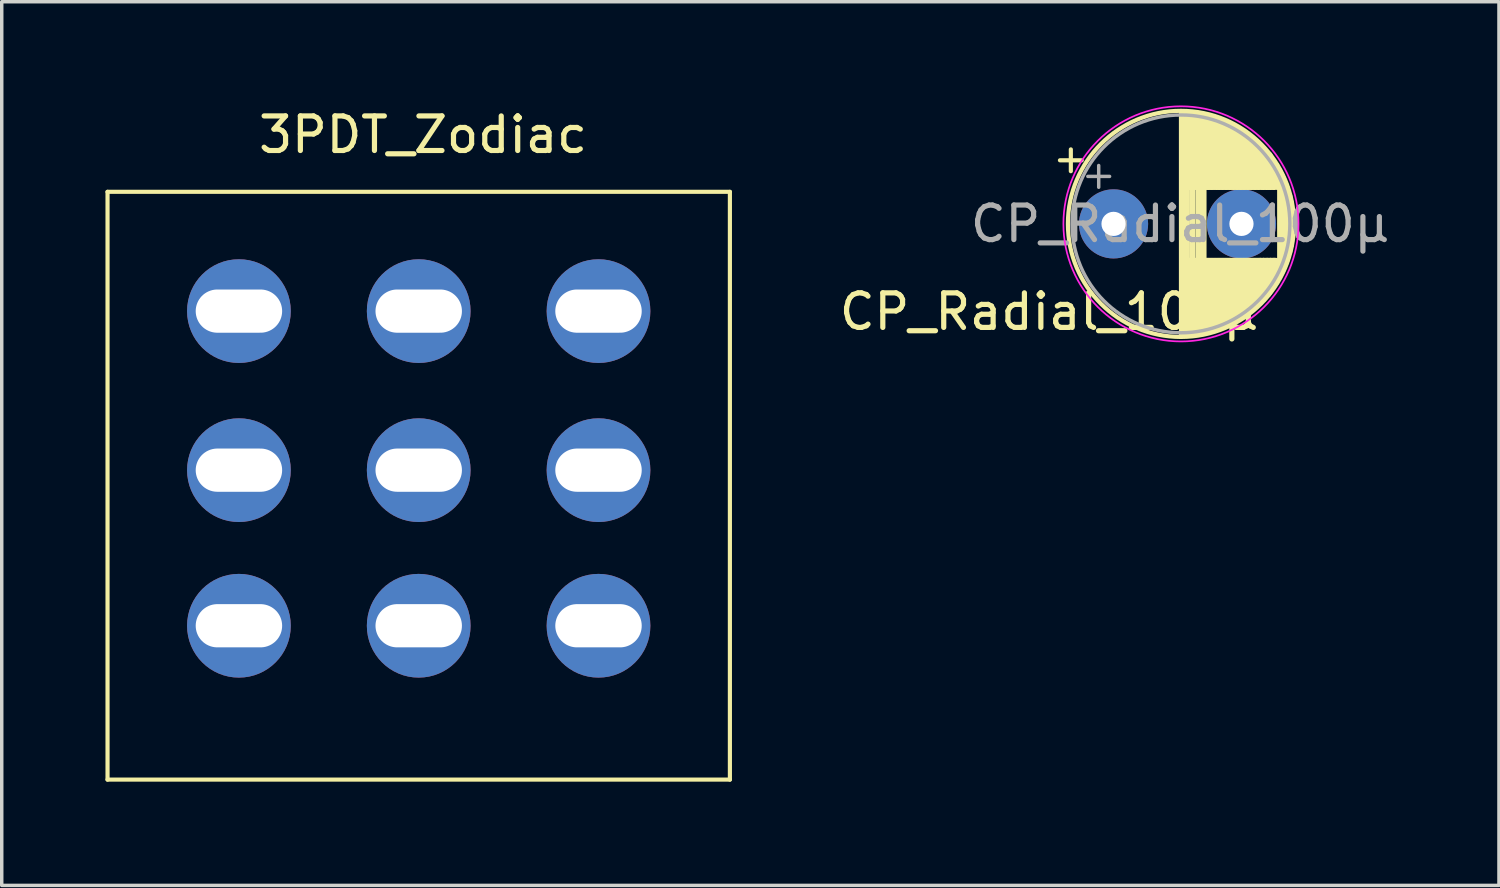
<source format=kicad_pcb>
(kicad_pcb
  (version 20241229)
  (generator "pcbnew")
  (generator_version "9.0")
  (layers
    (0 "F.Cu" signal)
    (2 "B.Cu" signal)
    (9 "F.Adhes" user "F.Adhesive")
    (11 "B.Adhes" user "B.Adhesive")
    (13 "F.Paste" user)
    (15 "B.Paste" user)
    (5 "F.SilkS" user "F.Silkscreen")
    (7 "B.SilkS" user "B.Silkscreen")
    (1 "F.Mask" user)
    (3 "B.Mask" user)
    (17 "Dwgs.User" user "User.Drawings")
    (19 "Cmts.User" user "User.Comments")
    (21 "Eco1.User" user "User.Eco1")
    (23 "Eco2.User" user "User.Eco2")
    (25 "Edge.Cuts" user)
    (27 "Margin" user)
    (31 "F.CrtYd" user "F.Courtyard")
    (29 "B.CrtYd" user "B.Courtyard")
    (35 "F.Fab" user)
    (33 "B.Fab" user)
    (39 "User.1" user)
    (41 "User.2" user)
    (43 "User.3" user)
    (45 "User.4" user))
  (footprint "CP_Radial_100μ"
    (placed yes)
    (layer "F.Cu")
    (at 26.356 7.025)
    (property "Reference" "CP_Radial_100μ" (at 0.96 -1.06 0) (layer "F.SilkS") (effects (font (size 1 1) (thickness 0.15))))
    (attr through_hole)
    (fp_line (start 1.25 -5.439) (end 1.88 -5.439) (stroke (width 0.12) (type solid)) (layer "F.SilkS"))
    (fp_line (start 1.565 -5.754) (end 1.565 -5.124) (stroke (width 0.12) (type solid)) (layer "F.SilkS"))
    (fp_line (start 4.75 -6.83) (end 4.75 -0.37) (stroke (width 0.12) (type solid)) (layer "F.SilkS"))
    (fp_line (start 4.79 -6.83) (end 4.79 -0.37) (stroke (width 0.12) (type solid)) (layer "F.SilkS"))
    (fp_line (start 4.83 -6.83) (end 4.83 -0.37) (stroke (width 0.12) (type solid)) (layer "F.SilkS"))
    (fp_line (start 4.87 -6.828) (end 4.87 -0.372) (stroke (width 0.12) (type solid)) (layer "F.SilkS"))
    (fp_line (start 4.91 -6.827) (end 4.91 -0.373) (stroke (width 0.12) (type solid)) (layer "F.SilkS"))
    (fp_line (start 4.95 -6.824) (end 4.95 -0.376) (stroke (width 0.12) (type solid)) (layer "F.SilkS"))
    (fp_line (start 4.99 -6.822) (end 4.99 -4.64) (stroke (width 0.12) (type solid)) (layer "F.SilkS"))
    (fp_line (start 4.99 -2.56) (end 4.99 -0.378) (stroke (width 0.12) (type solid)) (layer "F.SilkS"))
    (fp_line (start 5.03 -6.818) (end 5.03 -4.64) (stroke (width 0.12) (type solid)) (layer "F.SilkS"))
    (fp_line (start 5.03 -2.56) (end 5.03 -0.382) (stroke (width 0.12) (type solid)) (layer "F.SilkS"))
    (fp_line (start 5.07 -6.815) (end 5.07 -2.6) (stroke (width 0.12) (type solid)) (layer "F.SilkS"))
    (fp_line (start 5.07 -2.56) (end 5.07 -0.385) (stroke (width 0.12) (type solid)) (layer "F.SilkS"))
    (fp_line (start 5.11 -6.811) (end 5.11 -2.6) (stroke (width 0.12) (type solid)) (layer "F.SilkS"))
    (fp_line (start 5.11 -2.56) (end 5.11 -0.389) (stroke (width 0.12) (type solid)) (layer "F.SilkS"))
    (fp_line (start 5.15 -6.806) (end 5.15 -4.64) (stroke (width 0.12) (type solid)) (layer "F.SilkS"))
    (fp_line (start 5.15 -2.56) (end 5.15 -0.394) (stroke (width 0.12) (type solid)) (layer "F.SilkS"))
    (fp_line (start 5.19 -6.801) (end 5.19 -4.64) (stroke (width 0.12) (type solid)) (layer "F.SilkS"))
    (fp_line (start 5.19 -2.56) (end 5.19 -0.399) (stroke (width 0.12) (type solid)) (layer "F.SilkS"))
    (fp_line (start 5.23 -6.795) (end 5.23 -2.4) (stroke (width 0.12) (type solid)) (layer "F.SilkS"))
    (fp_line (start 5.23 -2.56) (end 5.23 -0.405) (stroke (width 0.12) (type solid)) (layer "F.SilkS"))
    (fp_line (start 5.27 -6.789) (end 5.27 -2.56) (stroke (width 0.12) (type solid)) (layer "F.SilkS"))
    (fp_line (start 5.27 -2.56) (end 5.27 -0.411) (stroke (width 0.12) (type solid)) (layer "F.SilkS"))
    (fp_line (start 5.31 -6.782) (end 5.31 -2.5) (stroke (width 0.12) (type solid)) (layer "F.SilkS"))
    (fp_line (start 5.31 -2.56) (end 5.31 -0.418) (stroke (width 0.12) (type solid)) (layer "F.SilkS"))
    (fp_line (start 5.35 -6.775) (end 5.35 -4.64) (stroke (width 0.12) (type solid)) (layer "F.SilkS"))
    (fp_line (start 5.35 -2.56) (end 5.35 -0.425) (stroke (width 0.12) (type solid)) (layer "F.SilkS"))
    (fp_line (start 5.39 -6.767) (end 5.39 -2.5) (stroke (width 0.12) (type solid)) (layer "F.SilkS"))
    (fp_line (start 5.39 -2.56) (end 5.39 -0.433) (stroke (width 0.12) (type solid)) (layer "F.SilkS"))
    (fp_line (start 5.43 -6.759) (end 5.43 -2.56) (stroke (width 0.12) (type solid)) (layer "F.SilkS"))
    (fp_line (start 5.43 -2.56) (end 5.43 -0.441) (stroke (width 0.12) (type solid)) (layer "F.SilkS"))
    (fp_line (start 5.471 -6.75) (end 5.471 -4.64) (stroke (width 0.12) (type solid)) (layer "F.SilkS"))
    (fp_line (start 5.471 -2.56) (end 5.471 -0.45) (stroke (width 0.12) (type solid)) (layer "F.SilkS"))
    (fp_line (start 5.511 -6.741) (end 5.511 -4.64) (stroke (width 0.12) (type solid)) (layer "F.SilkS"))
    (fp_line (start 5.511 -2.56) (end 5.511 -0.459) (stroke (width 0.12) (type solid)) (layer "F.SilkS"))
    (fp_line (start 5.551 -6.731) (end 5.551 -4.64) (stroke (width 0.12) (type solid)) (layer "F.SilkS"))
    (fp_line (start 5.551 -2.56) (end 5.551 -0.469) (stroke (width 0.12) (type solid)) (layer "F.SilkS"))
    (fp_line (start 5.591 -6.721) (end 5.591 -4.64) (stroke (width 0.12) (type solid)) (layer "F.SilkS"))
    (fp_line (start 5.591 -2.56) (end 5.591 -0.479) (stroke (width 0.12) (type solid)) (layer "F.SilkS"))
    (fp_line (start 5.631 -6.71) (end 5.631 -4.64) (stroke (width 0.12) (type solid)) (layer "F.SilkS"))
    (fp_line (start 5.631 -2.56) (end 5.631 -0.49) (stroke (width 0.12) (type solid)) (layer "F.SilkS"))
    (fp_line (start 5.671 -6.698) (end 5.671 -4.64) (stroke (width 0.12) (type solid)) (layer "F.SilkS"))
    (fp_line (start 5.671 -2.56) (end 5.671 -0.502) (stroke (width 0.12) (type solid)) (layer "F.SilkS"))
    (fp_line (start 5.711 -6.686) (end 5.711 -4.64) (stroke (width 0.12) (type solid)) (layer "F.SilkS"))
    (fp_line (start 5.711 -2.56) (end 5.711 -0.514) (stroke (width 0.12) (type solid)) (layer "F.SilkS"))
    (fp_line (start 5.751 -2.56) (end 5.751 -0.526) (stroke (width 0.12) (type solid)) (layer "F.SilkS"))
    (fp_line (start 5.761 -6.686) (end 5.761 -4.64) (stroke (width 0.12) (type solid)) (layer "F.SilkS"))
    (fp_line (start 5.791 -6.661) (end 5.791 -4.64) (stroke (width 0.12) (type solid)) (layer "F.SilkS"))
    (fp_line (start 5.791 -2.56) (end 5.791 -0.539) (stroke (width 0.12) (type solid)) (layer "F.SilkS"))
    (fp_line (start 5.831 -6.647) (end 5.831 -4.64) (stroke (width 0.12) (type solid)) (layer "F.SilkS"))
    (fp_line (start 5.831 -2.56) (end 5.831 -0.553) (stroke (width 0.12) (type solid)) (layer "F.SilkS"))
    (fp_line (start 5.871 -6.633) (end 5.871 -4.64) (stroke (width 0.12) (type solid)) (layer "F.SilkS"))
    (fp_line (start 5.871 -2.56) (end 5.871 -0.567) (stroke (width 0.12) (type solid)) (layer "F.SilkS"))
    (fp_line (start 5.911 -6.618) (end 5.911 -4.64) (stroke (width 0.12) (type solid)) (layer "F.SilkS"))
    (fp_line (start 5.911 -2.56) (end 5.911 -0.582) (stroke (width 0.12) (type solid)) (layer "F.SilkS"))
    (fp_line (start 5.951 -6.602) (end 5.951 -4.64) (stroke (width 0.12) (type solid)) (layer "F.SilkS"))
    (fp_line (start 5.951 -2.56) (end 5.951 -0.598) (stroke (width 0.12) (type solid)) (layer "F.SilkS"))
    (fp_line (start 5.991 -6.586) (end 5.991 -4.64) (stroke (width 0.12) (type solid)) (layer "F.SilkS"))
    (fp_line (start 5.991 -2.56) (end 5.991 -0.614) (stroke (width 0.12) (type solid)) (layer "F.SilkS"))
    (fp_line (start 6.031 -6.57) (end 6.031 -4.64) (stroke (width 0.12) (type solid)) (layer "F.SilkS"))
    (fp_line (start 6.031 -2.56) (end 6.031 -0.63) (stroke (width 0.12) (type solid)) (layer "F.SilkS"))
    (fp_line (start 6.071 -6.552) (end 6.071 -4.64) (stroke (width 0.12) (type solid)) (layer "F.SilkS"))
    (fp_line (start 6.071 -2.56) (end 6.071 -0.648) (stroke (width 0.12) (type solid)) (layer "F.SilkS"))
    (fp_line (start 6.111 -6.534) (end 6.111 -4.64) (stroke (width 0.12) (type solid)) (layer "F.SilkS"))
    (fp_line (start 6.111 -2.56) (end 6.111 -0.666) (stroke (width 0.12) (type solid)) (layer "F.SilkS"))
    (fp_line (start 6.151 -6.516) (end 6.151 -4.64) (stroke (width 0.12) (type solid)) (layer "F.SilkS"))
    (fp_line (start 6.151 -2.56) (end 6.151 -0.684) (stroke (width 0.12) (type solid)) (layer "F.SilkS"))
    (fp_line (start 6.191 -6.496) (end 6.191 -4.64) (stroke (width 0.12) (type solid)) (layer "F.SilkS"))
    (fp_line (start 6.191 -2.56) (end 6.191 -0.704) (stroke (width 0.12) (type solid)) (layer "F.SilkS"))
    (fp_line (start 6.231 -6.476) (end 6.231 -4.64) (stroke (width 0.12) (type solid)) (layer "F.SilkS"))
    (fp_line (start 6.231 -2.56) (end 6.231 -0.724) (stroke (width 0.12) (type solid)) (layer "F.SilkS"))
    (fp_line (start 6.271 -6.456) (end 6.271 -4.64) (stroke (width 0.12) (type solid)) (layer "F.SilkS"))
    (fp_line (start 6.271 -2.56) (end 6.271 -0.744) (stroke (width 0.12) (type solid)) (layer "F.SilkS"))
    (fp_line (start 6.311 -6.434) (end 6.311 -4.64) (stroke (width 0.12) (type solid)) (layer "F.SilkS"))
    (fp_line (start 6.311 -2.56) (end 6.311 -0.766) (stroke (width 0.12) (type solid)) (layer "F.SilkS"))
    (fp_line (start 6.351 -6.412) (end 6.351 -4.64) (stroke (width 0.12) (type solid)) (layer "F.SilkS"))
    (fp_line (start 6.351 -2.56) (end 6.351 -0.788) (stroke (width 0.12) (type solid)) (layer "F.SilkS"))
    (fp_line (start 6.391 -6.39) (end 6.391 -4.64) (stroke (width 0.12) (type solid)) (layer "F.SilkS"))
    (fp_line (start 6.391 -2.56) (end 6.391 -0.81) (stroke (width 0.12) (type solid)) (layer "F.SilkS"))
    (fp_line (start 6.431 -6.366) (end 6.431 -4.64) (stroke (width 0.12) (type solid)) (layer "F.SilkS"))
    (fp_line (start 6.431 -2.56) (end 6.431 -0.834) (stroke (width 0.12) (type solid)) (layer "F.SilkS"))
    (fp_line (start 6.471 -6.342) (end 6.471 -4.64) (stroke (width 0.12) (type solid)) (layer "F.SilkS"))
    (fp_line (start 6.471 -2.56) (end 6.471 -0.858) (stroke (width 0.12) (type solid)) (layer "F.SilkS"))
    (fp_line (start 6.511 -6.316) (end 6.511 -4.64) (stroke (width 0.12) (type solid)) (layer "F.SilkS"))
    (fp_line (start 6.511 -2.56) (end 6.511 -0.884) (stroke (width 0.12) (type solid)) (layer "F.SilkS"))
    (fp_line (start 6.551 -6.29) (end 6.551 -4.64) (stroke (width 0.12) (type solid)) (layer "F.SilkS"))
    (fp_line (start 6.551 -2.56) (end 6.551 -0.91) (stroke (width 0.12) (type solid)) (layer "F.SilkS"))
    (fp_line (start 6.591 -6.264) (end 6.591 -4.64) (stroke (width 0.12) (type solid)) (layer "F.SilkS"))
    (fp_line (start 6.591 -2.56) (end 6.591 -0.936) (stroke (width 0.12) (type solid)) (layer "F.SilkS"))
    (fp_line (start 6.631 -6.236) (end 6.631 -4.64) (stroke (width 0.12) (type solid)) (layer "F.SilkS"))
    (fp_line (start 6.631 -2.56) (end 6.631 -0.964) (stroke (width 0.12) (type solid)) (layer "F.SilkS"))
    (fp_line (start 6.671 -6.207) (end 6.671 -4.64) (stroke (width 0.12) (type solid)) (layer "F.SilkS"))
    (fp_line (start 6.671 -2.56) (end 6.671 -0.993) (stroke (width 0.12) (type solid)) (layer "F.SilkS"))
    (fp_line (start 6.711 -6.178) (end 6.711 -4.64) (stroke (width 0.12) (type solid)) (layer "F.SilkS"))
    (fp_line (start 6.711 -2.56) (end 6.711 -1.022) (stroke (width 0.12) (type solid)) (layer "F.SilkS"))
    (fp_line (start 6.751 -6.148) (end 6.751 -4.64) (stroke (width 0.12) (type solid)) (layer "F.SilkS"))
    (fp_line (start 6.751 -2.56) (end 6.751 -1.052) (stroke (width 0.12) (type solid)) (layer "F.SilkS"))
    (fp_line (start 6.791 -6.116) (end 6.791 -4.64) (stroke (width 0.12) (type solid)) (layer "F.SilkS"))
    (fp_line (start 6.791 -2.56) (end 6.791 -1.084) (stroke (width 0.12) (type solid)) (layer "F.SilkS"))
    (fp_line (start 6.831 -6.084) (end 6.831 -4.64) (stroke (width 0.12) (type solid)) (layer "F.SilkS"))
    (fp_line (start 6.831 -2.56) (end 6.831 -1.116) (stroke (width 0.12) (type solid)) (layer "F.SilkS"))
    (fp_line (start 6.871 -6.05) (end 6.871 -4.64) (stroke (width 0.12) (type solid)) (layer "F.SilkS"))
    (fp_line (start 6.871 -2.56) (end 6.871 -1.15) (stroke (width 0.12) (type solid)) (layer "F.SilkS"))
    (fp_line (start 6.911 -6.016) (end 6.911 -4.64) (stroke (width 0.12) (type solid)) (layer "F.SilkS"))
    (fp_line (start 6.911 -2.56) (end 6.911 -1.184) (stroke (width 0.12) (type solid)) (layer "F.SilkS"))
    (fp_line (start 6.951 -5.98) (end 6.951 -4.64) (stroke (width 0.12) (type solid)) (layer "F.SilkS"))
    (fp_line (start 6.951 -2.56) (end 6.951 -1.22) (stroke (width 0.12) (type solid)) (layer "F.SilkS"))
    (fp_line (start 6.991 -5.943) (end 6.991 -4.64) (stroke (width 0.12) (type solid)) (layer "F.SilkS"))
    (fp_line (start 6.991 -2.56) (end 6.991 -1.257) (stroke (width 0.12) (type solid)) (layer "F.SilkS"))
    (fp_line (start 7.031 -5.905) (end 7.031 -4.64) (stroke (width 0.12) (type solid)) (layer "F.SilkS"))
    (fp_line (start 7.031 -2.56) (end 7.031 -1.295) (stroke (width 0.12) (type solid)) (layer "F.SilkS"))
    (fp_line (start 7.051 -2.56) (end 7.051 -1.3) (stroke (width 0.12) (type solid)) (layer "F.SilkS"))
    (fp_line (start 7.081 -5.8) (end 7.081 -4.64) (stroke (width 0.12) (type solid)) (layer "F.SilkS"))
    (fp_line (start 7.091 -2.56) (end 7.091 -1.35) (stroke (width 0.12) (type solid)) (layer "F.SilkS"))
    (fp_line (start 7.131 -5.8) (end 7.131 -4.64) (stroke (width 0.12) (type solid)) (layer "F.SilkS"))
    (fp_line (start 7.131 -5.8) (end 7.131 -4.64) (stroke (width 0.12) (type solid)) (layer "F.SilkS"))
    (fp_line (start 7.131 -2.56) (end 7.131 -1.4) (stroke (width 0.12) (type solid)) (layer "F.SilkS"))
    (fp_line (start 7.151 -2.56) (end 7.15 -1.4) (stroke (width 0.12) (type solid)) (layer "F.SilkS"))
    (fp_line (start 7.181 -5.665) (end 7.181 -4.64) (stroke (width 0.12) (type solid)) (layer "F.SilkS"))
    (fp_line (start 7.191 -2.56) (end 7.191 -1.45) (stroke (width 0.12) (type solid)) (layer "F.SilkS"))
    (fp_line (start 7.231 -5.665) (end 7.231 -4.64) (stroke (width 0.12) (type solid)) (layer "F.SilkS"))
    (fp_line (start 7.231 -5.665) (end 7.231 -4.64) (stroke (width 0.12) (type solid)) (layer "F.SilkS"))
    (fp_line (start 7.231 -2.56) (end 7.231 -1.5) (stroke (width 0.12) (type solid)) (layer "F.SilkS"))
    (fp_line (start 7.251 -2.56) (end 7.25 -1.55) (stroke (width 0.12) (type solid)) (layer "F.SilkS"))
    (fp_line (start 7.281 -5.605) (end 7.281 -4.64) (stroke (width 0.12) (type solid)) (layer "F.SilkS"))
    (fp_line (start 7.291 -2.56) (end 7.291 -1.55) (stroke (width 0.12) (type solid)) (layer "F.SilkS"))
    (fp_line (start 7.331 -5.605) (end 7.331 -4.64) (stroke (width 0.12) (type solid)) (layer "F.SilkS"))
    (fp_line (start 7.331 -5.605) (end 7.331 -4.64) (stroke (width 0.12) (type solid)) (layer "F.SilkS"))
    (fp_line (start 7.331 -2.56) (end 7.331 -1.6) (stroke (width 0.12) (type solid)) (layer "F.SilkS"))
    (fp_line (start 7.351 -2.56) (end 7.35 -1.65) (stroke (width 0.12) (type solid)) (layer "F.SilkS"))
    (fp_line (start 7.381 -5.405) (end 7.381 -4.64) (stroke (width 0.12) (type solid)) (layer "F.SilkS"))
    (fp_line (start 7.391 -2.56) (end 7.391 -1.75) (stroke (width 0.12) (type solid)) (layer "F.SilkS"))
    (fp_line (start 7.431 -5.405) (end 7.431 -4.64) (stroke (width 0.12) (type solid)) (layer "F.SilkS"))
    (fp_line (start 7.431 -5.405) (end 7.431 -4.64) (stroke (width 0.12) (type solid)) (layer "F.SilkS"))
    (fp_line (start 7.431 -2.56) (end 7.431 -1.75) (stroke (width 0.12) (type solid)) (layer "F.SilkS"))
    (fp_line (start 7.45 -5.4) (end 7.461 -4.64) (stroke (width 0.12) (type solid)) (layer "F.SilkS"))
    (fp_line (start 7.451 -2.56) (end 7.45 -1.8) (stroke (width 0.12) (type solid)) (layer "F.SilkS"))
    (fp_line (start 7.491 -2.56) (end 7.491 -1.85) (stroke (width 0.12) (type solid)) (layer "F.SilkS"))
    (fp_line (start 7.531 -5.3) (end 7.531 -4.64) (stroke (width 0.12) (type solid)) (layer "F.SilkS"))
    (fp_line (start 7.531 -2.55) (end 7.531 -1.9) (stroke (width 0.12) (type solid)) (layer "F.SilkS"))
    (fp_line (start 7.591 -5.181) (end 7.591 -2.019) (stroke (width 0.12) (type solid)) (layer "F.SilkS"))
    (fp_line (start 7.631 -5.109) (end 7.631 -2.091) (stroke (width 0.12) (type solid)) (layer "F.SilkS"))
    (fp_line (start 7.671 -5.032) (end 7.671 -2.168) (stroke (width 0.12) (type solid)) (layer "F.SilkS"))
    (fp_line (start 7.711 -4.95) (end 7.711 -2.25) (stroke (width 0.12) (type solid)) (layer "F.SilkS"))
    (fp_line (start 7.751 -4.862) (end 7.751 -2.338) (stroke (width 0.12) (type solid)) (layer "F.SilkS"))
    (fp_line (start 7.791 -4.765) (end 7.791 -2.435) (stroke (width 0.12) (type solid)) (layer "F.SilkS"))
    (fp_line (start 7.831 -4.659) (end 7.831 -2.541) (stroke (width 0.12) (type solid)) (layer "F.SilkS"))
    (fp_line (start 7.871 -4.54) (end 7.871 -2.66) (stroke (width 0.12) (type solid)) (layer "F.SilkS"))
    (fp_line (start 7.911 -4.402) (end 7.911 -2.798) (stroke (width 0.12) (type solid)) (layer "F.SilkS"))
    (fp_line (start 7.951 -4.233) (end 7.951 -2.967) (stroke (width 0.12) (type solid)) (layer "F.SilkS"))
    (fp_line (start 7.991 -4.002) (end 7.991 -3.198) (stroke (width 0.12) (type solid)) (layer "F.SilkS"))
    (fp_circle (center 4.75 -3.6) (end 8.02 -3.6) (stroke (width 0.12) (type solid)) (fill no) (layer "F.SilkS"))
    (fp_circle (center 4.75 -3.6) (end 8.15 -3.6) (stroke (width 0.05) (type solid)) (fill no) (layer "F.CrtYd"))
    (fp_line (start 2.056 -4.973) (end 2.686 -4.973) (stroke (width 0.1) (type solid)) (layer "F.Fab"))
    (fp_line (start 2.371 -5.288) (end 2.371 -4.659) (stroke (width 0.1) (type solid)) (layer "F.Fab"))
    (fp_circle (center 4.75 -3.6) (end 7.9 -3.6) (stroke (width 0.1) (type solid)) (fill no) (layer "F.Fab"))
    (fp_text user "${REFERENCE}" (at 4.75 -3.6 0) (layer "F.Fab") (effects (font (size 1 1) (thickness 0.15))))
    (pad "1" thru_hole circle (at 2.8 -3.6) (size 2 2) (drill 0.7) (layers "*.Cu" "*.Mask"))
    (pad "2" thru_hole circle (at 6.5 -3.6) (size 2 2) (drill 0.7) (layers "*.Cu" "*.Mask")))
  (footprint "3PDT_Zodiac"
    (layer "F.Cu")
    (at 3.86 5.948)
    (property "Reference" "3PDT_Zodiac" (at 5.325 -5.1 0) (layer "F.SilkS") (effects (font (size 1 1) (thickness 0.15))))
    (attr through_hole)
    (fp_line (start -3.8 -3.45) (end -3.8 13.55) (stroke (width 0.12) (type solid)) (layer "F.SilkS"))
    (fp_line (start -3.8 -3.45) (end 14.2 -3.45) (stroke (width 0.12) (type solid)) (layer "F.SilkS"))
    (fp_line (start -3.8 13.55) (end 14.2 13.55) (stroke (width 0.12) (type solid)) (layer "F.SilkS"))
    (fp_line (start 14.2 -3.45) (end 14.2 13.55) (stroke (width 0.12) (type solid)) (layer "F.SilkS"))
    (pad "1" thru_hole circle (at 0 0) (size 3 3) (drill oval 2.5 1.25) (layers "*.Cu" "*.Mask"))
    (pad "2" thru_hole circle (at 0 4.6) (size 3 3) (drill oval 2.5 1.25) (layers "*.Cu" "*.Mask"))
    (pad "3" thru_hole circle (at 0 9.1) (size 3 3) (drill oval 2.5 1.25) (layers "*.Cu" "*.Mask"))
    (pad "4" thru_hole circle (at 5.2 0) (size 3 3) (drill oval 2.5 1.25) (layers "*.Cu" "*.Mask"))
    (pad "5" thru_hole circle (at 5.2 4.6) (size 3 3) (drill oval 2.5 1.25) (layers "*.Cu" "*.Mask"))
    (pad "6" thru_hole circle (at 5.2 9.1) (size 3 3) (drill oval 2.5 1.25) (layers "*.Cu" "*.Mask"))
    (pad "7" thru_hole circle (at 10.4 0) (size 3 3) (drill oval 2.5 1.25) (layers "*.Cu" "*.Mask"))
    (pad "8" thru_hole circle (at 10.4 4.6) (size 3 3) (drill oval 2.5 1.25) (layers "*.Cu" "*.Mask"))
    (pad "9" thru_hole circle (at 10.4 9.1) (size 3 3) (drill oval 2.5 1.25) (layers "*.Cu" "*.Mask")))
  (gr_rect
    (start -3 -3)
    (end 40.303 22.558)
    (stroke (width 0.1) (type default))
    (fill no)
    (layer "Edge.Cuts")))
</source>
